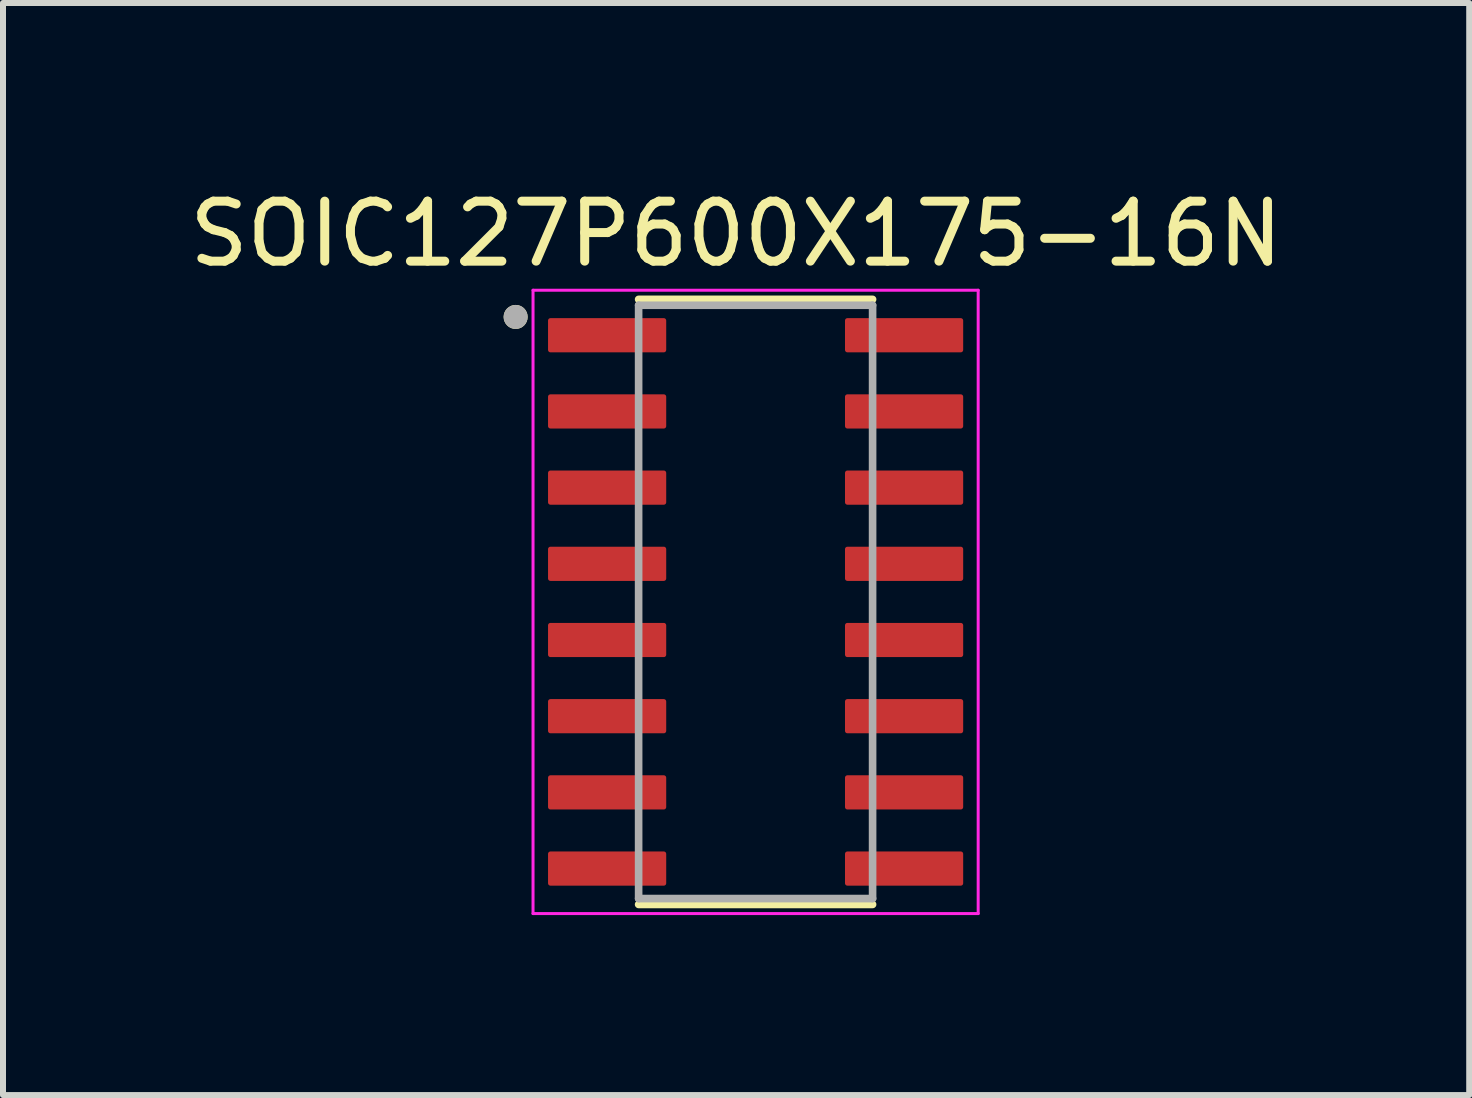
<source format=kicad_pcb>
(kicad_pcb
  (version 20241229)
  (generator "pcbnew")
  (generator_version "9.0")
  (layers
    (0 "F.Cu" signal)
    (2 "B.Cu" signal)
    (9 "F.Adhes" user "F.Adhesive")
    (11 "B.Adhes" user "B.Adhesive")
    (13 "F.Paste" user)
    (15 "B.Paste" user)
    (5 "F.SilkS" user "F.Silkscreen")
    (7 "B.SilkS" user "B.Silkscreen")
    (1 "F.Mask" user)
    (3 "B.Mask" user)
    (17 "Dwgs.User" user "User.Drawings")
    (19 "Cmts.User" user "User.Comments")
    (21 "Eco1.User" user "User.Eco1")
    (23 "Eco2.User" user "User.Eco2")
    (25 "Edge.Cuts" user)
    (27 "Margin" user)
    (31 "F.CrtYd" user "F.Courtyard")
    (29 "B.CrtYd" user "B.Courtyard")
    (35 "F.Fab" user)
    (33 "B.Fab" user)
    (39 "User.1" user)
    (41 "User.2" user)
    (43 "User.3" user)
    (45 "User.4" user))
  (footprint "SOIC127P600X175-16N"
    (layer "F.Cu")
    (at 9.545 6.983)
    (property "Reference" "SOIC127P600X175-16N" (at -0.325 -6.135 0) (layer "F.SilkS") (effects (font (size 1 1) (thickness 0.15))))
    (attr smd)
    (fp_line (start -1.95 -5.043) (end 1.95 -5.043) (stroke (width 0.127) (type solid)) (layer "F.SilkS"))
    (fp_line (start -1.95 5.043) (end 1.95 5.043) (stroke (width 0.127) (type solid)) (layer "F.SilkS"))
    (fp_circle (center -4 -4.75) (end -3.9 -4.75) (stroke (width 0.2) (type solid)) (fill no) (layer "F.SilkS"))
    (fp_line (start -3.71 -5.195) (end -3.71 5.195) (stroke (width 0.05) (type solid)) (layer "F.CrtYd"))
    (fp_line (start -3.71 -5.195) (end 3.71 -5.195) (stroke (width 0.05) (type solid)) (layer "F.CrtYd"))
    (fp_line (start -3.71 5.195) (end 3.71 5.195) (stroke (width 0.05) (type solid)) (layer "F.CrtYd"))
    (fp_line (start 3.71 -5.195) (end 3.71 5.195) (stroke (width 0.05) (type solid)) (layer "F.CrtYd"))
    (fp_line (start -1.95 -4.945) (end -1.95 4.945) (stroke (width 0.127) (type solid)) (layer "F.Fab"))
    (fp_line (start -1.95 -4.945) (end 1.95 -4.945) (stroke (width 0.127) (type solid)) (layer "F.Fab"))
    (fp_line (start -1.95 4.945) (end 1.95 4.945) (stroke (width 0.127) (type solid)) (layer "F.Fab"))
    (fp_line (start 1.95 -4.945) (end 1.95 4.945) (stroke (width 0.127) (type solid)) (layer "F.Fab"))
    (fp_circle (center -4 -4.75) (end -3.9 -4.75) (stroke (width 0.2) (type solid)) (fill no) (layer "F.Fab"))
    (pad "1" smd roundrect (at -2.475 -4.445) (size 1.97 0.57) (layers "F.Cu" "F.Mask" "F.Paste") (roundrect_rratio 0.07))
    (pad "2" smd roundrect (at -2.475 -3.175) (size 1.97 0.57) (layers "F.Cu" "F.Mask" "F.Paste") (roundrect_rratio 0.07))
    (pad "3" smd roundrect (at -2.475 -1.905) (size 1.97 0.57) (layers "F.Cu" "F.Mask" "F.Paste") (roundrect_rratio 0.07))
    (pad "4" smd roundrect (at -2.475 -0.635) (size 1.97 0.57) (layers "F.Cu" "F.Mask" "F.Paste") (roundrect_rratio 0.07))
    (pad "5" smd roundrect (at -2.475 0.635) (size 1.97 0.57) (layers "F.Cu" "F.Mask" "F.Paste") (roundrect_rratio 0.07))
    (pad "6" smd roundrect (at -2.475 1.905) (size 1.97 0.57) (layers "F.Cu" "F.Mask" "F.Paste") (roundrect_rratio 0.07))
    (pad "7" smd roundrect (at -2.475 3.175) (size 1.97 0.57) (layers "F.Cu" "F.Mask" "F.Paste") (roundrect_rratio 0.07))
    (pad "8" smd roundrect (at -2.475 4.445) (size 1.97 0.57) (layers "F.Cu" "F.Mask" "F.Paste") (roundrect_rratio 0.07))
    (pad "9" smd roundrect (at 2.475 4.445) (size 1.97 0.57) (layers "F.Cu" "F.Mask" "F.Paste") (roundrect_rratio 0.07))
    (pad "10" smd roundrect (at 2.475 3.175) (size 1.97 0.57) (layers "F.Cu" "F.Mask" "F.Paste") (roundrect_rratio 0.07))
    (pad "11" smd roundrect (at 2.475 1.905) (size 1.97 0.57) (layers "F.Cu" "F.Mask" "F.Paste") (roundrect_rratio 0.07))
    (pad "12" smd roundrect (at 2.475 0.635) (size 1.97 0.57) (layers "F.Cu" "F.Mask" "F.Paste") (roundrect_rratio 0.07))
    (pad "13" smd roundrect (at 2.475 -0.635) (size 1.97 0.57) (layers "F.Cu" "F.Mask" "F.Paste") (roundrect_rratio 0.07))
    (pad "14" smd roundrect (at 2.475 -1.905) (size 1.97 0.57) (layers "F.Cu" "F.Mask" "F.Paste") (roundrect_rratio 0.07))
    (pad "15" smd roundrect (at 2.475 -3.175) (size 1.97 0.57) (layers "F.Cu" "F.Mask" "F.Paste") (roundrect_rratio 0.07))
    (pad "16" smd roundrect (at 2.475 -4.445) (size 1.97 0.57) (layers "F.Cu" "F.Mask" "F.Paste") (roundrect_rratio 0.07)))
  (gr_rect
    (start -3 -3)
    (end 21.44 15.203)
    (stroke (width 0.1) (type default))
    (fill no)
    (layer "Edge.Cuts")))
</source>
